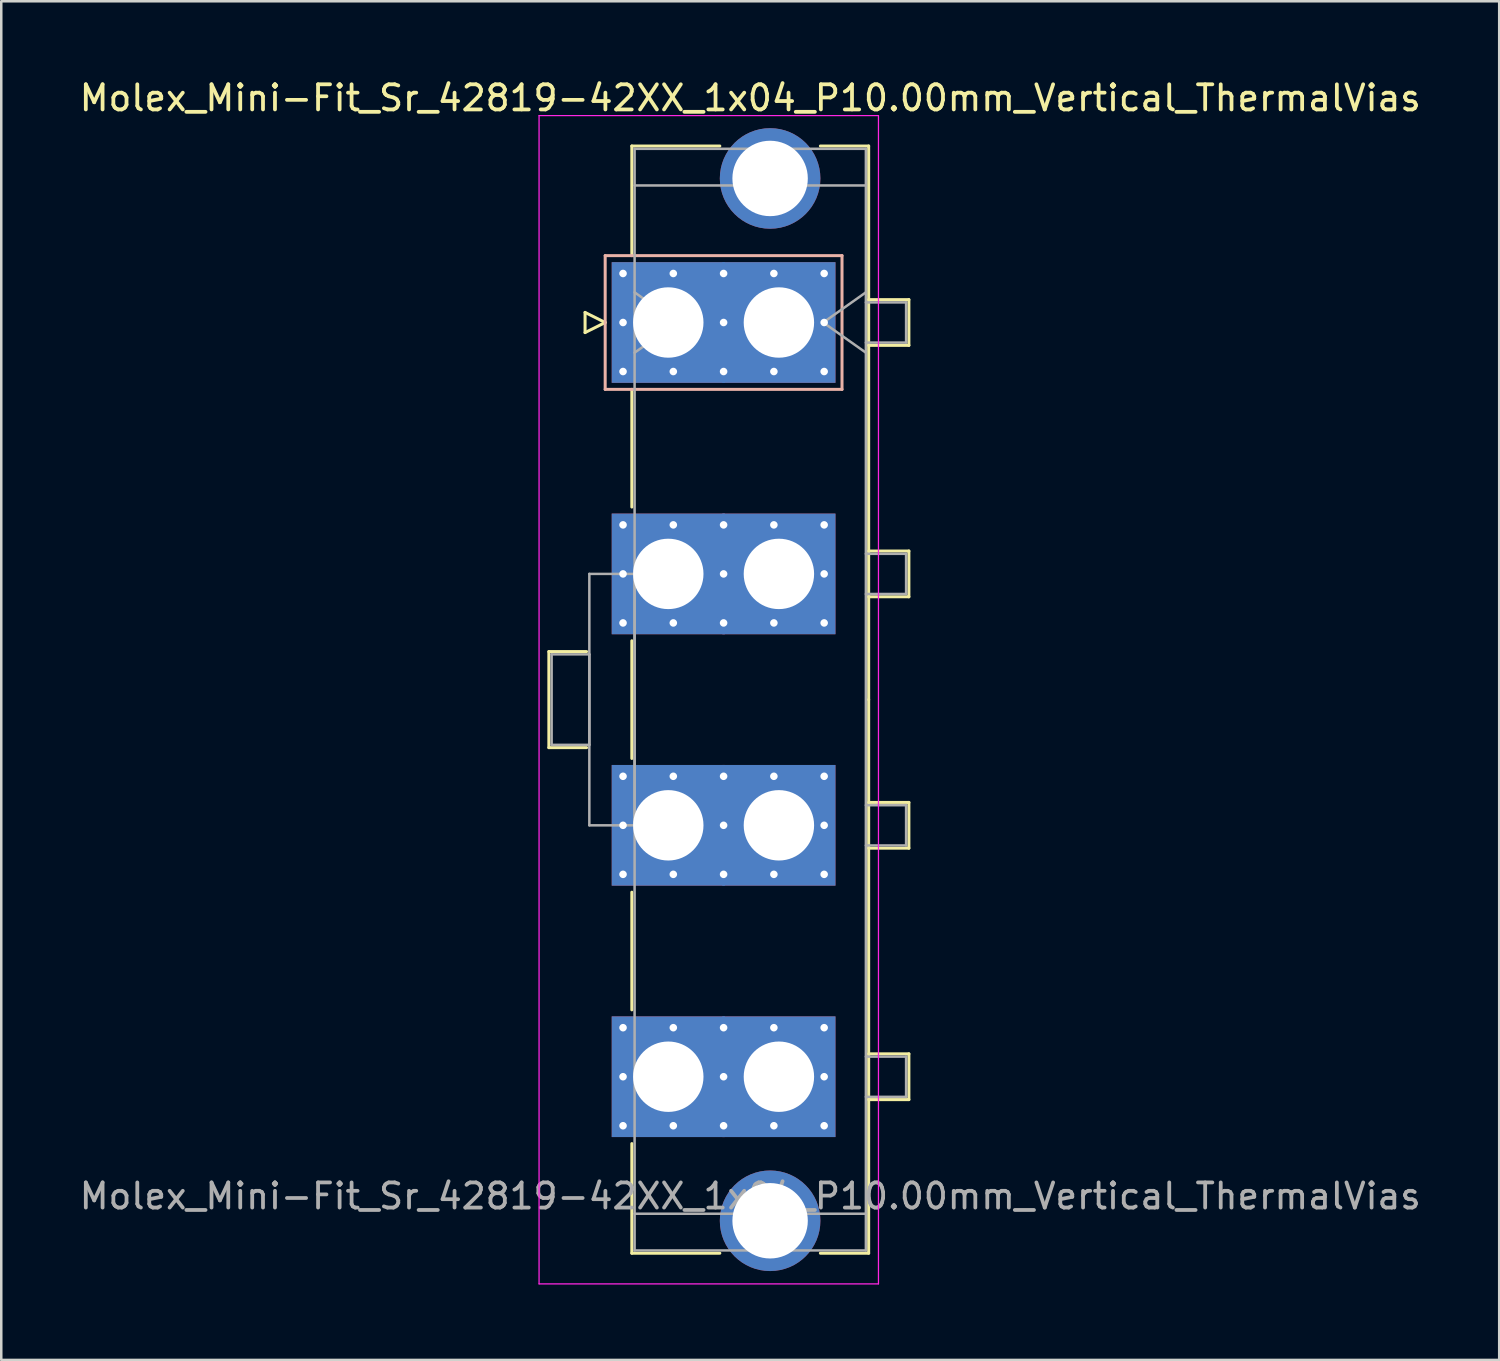
<source format=kicad_pcb>
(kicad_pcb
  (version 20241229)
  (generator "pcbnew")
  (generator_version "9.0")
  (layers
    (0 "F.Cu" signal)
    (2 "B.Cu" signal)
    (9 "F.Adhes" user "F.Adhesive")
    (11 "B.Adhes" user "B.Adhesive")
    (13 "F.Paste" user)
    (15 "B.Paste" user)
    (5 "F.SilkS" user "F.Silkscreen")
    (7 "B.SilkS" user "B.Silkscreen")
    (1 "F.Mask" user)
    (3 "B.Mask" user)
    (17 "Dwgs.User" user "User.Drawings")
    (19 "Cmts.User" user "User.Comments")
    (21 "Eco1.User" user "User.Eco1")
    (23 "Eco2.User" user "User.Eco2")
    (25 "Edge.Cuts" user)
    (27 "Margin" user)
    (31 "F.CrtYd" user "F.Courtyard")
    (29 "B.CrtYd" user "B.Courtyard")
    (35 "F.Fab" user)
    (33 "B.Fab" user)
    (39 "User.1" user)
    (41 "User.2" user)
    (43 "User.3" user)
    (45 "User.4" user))
  (footprint "Molex_Mini-Fit_Sr_42819-42XX_1x04_P10.00mm_Vertical_ThermalVias"
    (layer "F.Cu")
    (at 23.532 9.778)
    (property "Reference" "Molex_Mini-Fit_Sr_42819-42XX_1x04_P10.00mm_Vertical_ThermalVias" (at 3.26 -8.93 0) (layer "F.SilkS") (effects (font (size 1 1) (thickness 0.15))))
    (attr through_hole)
    (fp_line (start -4.75 13.09) (end -4.75 16.91) (stroke (width 0.12) (type solid)) (layer "F.SilkS"))
    (fp_line (start -4.75 16.91) (end -3.25 16.91) (stroke (width 0.12) (type solid)) (layer "F.SilkS"))
    (fp_line (start -3.31 -0.4) (end -3.31 0.4) (stroke (width 0.12) (type solid)) (layer "F.SilkS"))
    (fp_line (start -3.31 0.4) (end -2.51 0) (stroke (width 0.12) (type solid)) (layer "F.SilkS"))
    (fp_line (start -3.25 13.09) (end -4.75 13.09) (stroke (width 0.12) (type solid)) (layer "F.SilkS"))
    (fp_line (start -2.51 0) (end -3.31 -0.4) (stroke (width 0.12) (type solid)) (layer "F.SilkS"))
    (fp_line (start -1.45 -7.02) (end 2.05 -7.02) (stroke (width 0.12) (type solid)) (layer "F.SilkS"))
    (fp_line (start -1.45 -2.66) (end -1.45 -7.02) (stroke (width 0.12) (type solid)) (layer "F.SilkS"))
    (fp_line (start -1.45 2.66) (end -1.45 7.34) (stroke (width 0.12) (type solid)) (layer "F.SilkS"))
    (fp_line (start -1.45 12.66) (end -1.45 17.34) (stroke (width 0.12) (type solid)) (layer "F.SilkS"))
    (fp_line (start -1.45 22.66) (end -1.45 27.34) (stroke (width 0.12) (type solid)) (layer "F.SilkS"))
    (fp_line (start -1.45 32.66) (end -1.45 37.02) (stroke (width 0.12) (type solid)) (layer "F.SilkS"))
    (fp_line (start -1.45 37.02) (end 2.05 37.02) (stroke (width 0.12) (type solid)) (layer "F.SilkS"))
    (fp_line (start 6.05 -7.02) (end 7.97 -7.02) (stroke (width 0.12) (type solid)) (layer "F.SilkS"))
    (fp_line (start 6.05 37.02) (end 7.97 37.02) (stroke (width 0.12) (type solid)) (layer "F.SilkS"))
    (fp_line (start 7.97 -7.02) (end 7.97 15) (stroke (width 0.12) (type solid)) (layer "F.SilkS"))
    (fp_line (start 7.97 -0.91) (end 9.57 -0.91) (stroke (width 0.12) (type solid)) (layer "F.SilkS"))
    (fp_line (start 7.97 9.09) (end 9.57 9.09) (stroke (width 0.12) (type solid)) (layer "F.SilkS"))
    (fp_line (start 7.97 19.09) (end 9.57 19.09) (stroke (width 0.12) (type solid)) (layer "F.SilkS"))
    (fp_line (start 7.97 29.09) (end 9.57 29.09) (stroke (width 0.12) (type solid)) (layer "F.SilkS"))
    (fp_line (start 7.97 37.02) (end 7.97 15) (stroke (width 0.12) (type solid)) (layer "F.SilkS"))
    (fp_line (start 9.57 -0.91) (end 9.57 0.91) (stroke (width 0.12) (type solid)) (layer "F.SilkS"))
    (fp_line (start 9.57 0.91) (end 7.97 0.91) (stroke (width 0.12) (type solid)) (layer "F.SilkS"))
    (fp_line (start 9.57 9.09) (end 9.57 10.91) (stroke (width 0.12) (type solid)) (layer "F.SilkS"))
    (fp_line (start 9.57 10.91) (end 7.97 10.91) (stroke (width 0.12) (type solid)) (layer "F.SilkS"))
    (fp_line (start 9.57 19.09) (end 9.57 20.91) (stroke (width 0.12) (type solid)) (layer "F.SilkS"))
    (fp_line (start 9.57 20.91) (end 7.97 20.91) (stroke (width 0.12) (type solid)) (layer "F.SilkS"))
    (fp_line (start 9.57 29.09) (end 9.57 30.91) (stroke (width 0.12) (type solid)) (layer "F.SilkS"))
    (fp_line (start 9.57 30.91) (end 7.97 30.91) (stroke (width 0.12) (type solid)) (layer "F.SilkS"))
    (fp_line (start -2.51 -2.66) (end -2.51 2.66) (stroke (width 0.12) (type solid)) (layer "B.SilkS"))
    (fp_line (start -2.51 2.66) (end 6.91 2.66) (stroke (width 0.12) (type solid)) (layer "B.SilkS"))
    (fp_line (start 6.91 -2.66) (end -2.51 -2.66) (stroke (width 0.12) (type solid)) (layer "B.SilkS"))
    (fp_line (start 6.91 2.66) (end 6.91 -2.66) (stroke (width 0.12) (type solid)) (layer "B.SilkS"))
    (fp_line (start -5.14 -8.23) (end -5.14 38.24) (stroke (width 0.05) (type solid)) (layer "F.CrtYd"))
    (fp_line (start -5.14 38.24) (end 8.36 38.24) (stroke (width 0.05) (type solid)) (layer "F.CrtYd"))
    (fp_line (start 8.36 -8.23) (end -5.14 -8.23) (stroke (width 0.05) (type solid)) (layer "F.CrtYd"))
    (fp_line (start 8.36 38.24) (end 8.36 -8.23) (stroke (width 0.05) (type solid)) (layer "F.CrtYd"))
    (fp_line (start -4.64 13.2) (end -3.14 13.2) (stroke (width 0.1) (type solid)) (layer "F.Fab"))
    (fp_line (start -4.64 16.8) (end -4.64 13.2) (stroke (width 0.1) (type solid)) (layer "F.Fab"))
    (fp_line (start -3.14 10) (end -1.34 10) (stroke (width 0.1) (type solid)) (layer "F.Fab"))
    (fp_line (start -3.14 13.2) (end -3.14 16.8) (stroke (width 0.1) (type solid)) (layer "F.Fab"))
    (fp_line (start -3.14 16.8) (end -4.64 16.8) (stroke (width 0.1) (type solid)) (layer "F.Fab"))
    (fp_line (start -3.14 20) (end -3.14 10) (stroke (width 0.1) (type solid)) (layer "F.Fab"))
    (fp_line (start -1.34 -6.91) (end -1.34 36.91) (stroke (width 0.1) (type solid)) (layer "F.Fab"))
    (fp_line (start -1.34 -5.45) (end 7.86 -5.45) (stroke (width 0.1) (type solid)) (layer "F.Fab"))
    (fp_line (start -1.34 -1.2) (end 0.357 0) (stroke (width 0.1) (type solid)) (layer "F.Fab"))
    (fp_line (start -1.34 10) (end -1.34 20) (stroke (width 0.1) (type solid)) (layer "F.Fab"))
    (fp_line (start -1.34 20) (end -3.14 20) (stroke (width 0.1) (type solid)) (layer "F.Fab"))
    (fp_line (start -1.34 35.45) (end 7.86 35.45) (stroke (width 0.1) (type solid)) (layer "F.Fab"))
    (fp_line (start -1.34 36.91) (end 7.86 36.91) (stroke (width 0.1) (type solid)) (layer "F.Fab"))
    (fp_line (start 0.357 0) (end -1.34 1.2) (stroke (width 0.1) (type solid)) (layer "F.Fab"))
    (fp_line (start 6.163 0) (end 7.86 1.2) (stroke (width 0.1) (type solid)) (layer "F.Fab"))
    (fp_line (start 7.86 -6.91) (end -1.34 -6.91) (stroke (width 0.1) (type solid)) (layer "F.Fab"))
    (fp_line (start 7.86 -1.2) (end 6.163 0) (stroke (width 0.1) (type solid)) (layer "F.Fab"))
    (fp_line (start 7.86 -0.8) (end 9.46 -0.8) (stroke (width 0.1) (type solid)) (layer "F.Fab"))
    (fp_line (start 7.86 9.2) (end 9.46 9.2) (stroke (width 0.1) (type solid)) (layer "F.Fab"))
    (fp_line (start 7.86 19.2) (end 9.46 19.2) (stroke (width 0.1) (type solid)) (layer "F.Fab"))
    (fp_line (start 7.86 29.2) (end 9.46 29.2) (stroke (width 0.1) (type solid)) (layer "F.Fab"))
    (fp_line (start 7.86 36.91) (end 7.86 -6.91) (stroke (width 0.1) (type solid)) (layer "F.Fab"))
    (fp_line (start 9.46 -0.8) (end 9.46 0.8) (stroke (width 0.1) (type solid)) (layer "F.Fab"))
    (fp_line (start 9.46 0.8) (end 7.86 0.8) (stroke (width 0.1) (type solid)) (layer "F.Fab"))
    (fp_line (start 9.46 9.2) (end 9.46 10.8) (stroke (width 0.1) (type solid)) (layer "F.Fab"))
    (fp_line (start 9.46 10.8) (end 7.86 10.8) (stroke (width 0.1) (type solid)) (layer "F.Fab"))
    (fp_line (start 9.46 19.2) (end 9.46 20.8) (stroke (width 0.1) (type solid)) (layer "F.Fab"))
    (fp_line (start 9.46 20.8) (end 7.86 20.8) (stroke (width 0.1) (type solid)) (layer "F.Fab"))
    (fp_line (start 9.46 29.2) (end 9.46 30.8) (stroke (width 0.1) (type solid)) (layer "F.Fab"))
    (fp_line (start 9.46 30.8) (end 7.86 30.8) (stroke (width 0.1) (type solid)) (layer "F.Fab"))
    (fp_text user "${REFERENCE}" (at 3.26 34.75 0) (layer "F.Fab") (effects (font (size 1 1) (thickness 0.15))))
    (pad "" thru_hole circle (at 4.05 -5.73) (size 4 4) (drill 3) (layers "*.Cu" "*.Mask"))
    (pad "" thru_hole circle (at 4.05 35.73) (size 4 4) (drill 3) (layers "*.Cu" "*.Mask"))
    (pad "1" thru_hole roundrect (at -1.8 -1.95) (size 0.6 0.6) (drill 0.3) (layers "*.Cu" "*.Mask") (roundrect_rratio 0.25))
    (pad "1" thru_hole roundrect (at -1.8 0) (size 0.6 0.6) (drill 0.3) (layers "*.Cu" "*.Mask") (roundrect_rratio 0.25))
    (pad "1" thru_hole roundrect (at -1.8 1.95) (size 0.6 0.6) (drill 0.3) (layers "*.Cu" "*.Mask") (roundrect_rratio 0.25))
    (pad "1" thru_hole rect (at 0 0) (size 4.5 4.8) (drill 2.8) (layers "*.Cu" "*.Mask"))
    (pad "1" thru_hole roundrect (at 0.2 -1.95) (size 0.6 0.6) (drill 0.3) (layers "*.Cu" "*.Mask") (roundrect_rratio 0.25))
    (pad "1" thru_hole roundrect (at 0.2 1.95) (size 0.6 0.6) (drill 0.3) (layers "*.Cu" "*.Mask") (roundrect_rratio 0.25))
    (pad "1" thru_hole roundrect (at 2.2 -1.95) (size 0.6 0.6) (drill 0.3) (layers "*.Cu" "*.Mask") (roundrect_rratio 0.25))
    (pad "1" thru_hole roundrect (at 2.2 0) (size 0.6 0.6) (drill 0.3) (layers "*.Cu" "*.Mask") (roundrect_rratio 0.25))
    (pad "1" thru_hole roundrect (at 2.2 1.95) (size 0.6 0.6) (drill 0.3) (layers "*.Cu" "*.Mask") (roundrect_rratio 0.25))
    (pad "1" thru_hole roundrect (at 4.2 -1.95) (size 0.6 0.6) (drill 0.3) (layers "*.Cu" "*.Mask") (roundrect_rratio 0.25))
    (pad "1" thru_hole roundrect (at 4.2 1.95) (size 0.6 0.6) (drill 0.3) (layers "*.Cu" "*.Mask") (roundrect_rratio 0.25))
    (pad "1" thru_hole rect (at 4.4 0) (size 4.5 4.8) (drill 2.8) (layers "*.Cu" "*.Mask"))
    (pad "1" thru_hole roundrect (at 6.2 -1.95) (size 0.6 0.6) (drill 0.3) (layers "*.Cu" "*.Mask") (roundrect_rratio 0.25))
    (pad "1" thru_hole roundrect (at 6.2 0) (size 0.6 0.6) (drill 0.3) (layers "*.Cu" "*.Mask") (roundrect_rratio 0.25))
    (pad "1" thru_hole roundrect (at 6.2 1.95) (size 0.6 0.6) (drill 0.3) (layers "*.Cu" "*.Mask") (roundrect_rratio 0.25))
    (pad "2" thru_hole circle (at -1.8 8.05) (size 0.6 0.6) (drill 0.3) (layers "*.Cu" "*.Mask"))
    (pad "2" thru_hole circle (at -1.8 10) (size 0.6 0.6) (drill 0.3) (layers "*.Cu" "*.Mask"))
    (pad "2" thru_hole circle (at -1.8 11.95) (size 0.6 0.6) (drill 0.3) (layers "*.Cu" "*.Mask"))
    (pad "2" thru_hole rect (at 0 10) (size 4.5 4.8) (drill 2.8) (layers "*.Cu" "*.Mask"))
    (pad "2" thru_hole circle (at 0.2 8.05) (size 0.6 0.6) (drill 0.3) (layers "*.Cu" "*.Mask"))
    (pad "2" thru_hole circle (at 0.2 11.95) (size 0.6 0.6) (drill 0.3) (layers "*.Cu" "*.Mask"))
    (pad "2" thru_hole circle (at 2.2 8.05) (size 0.6 0.6) (drill 0.3) (layers "*.Cu" "*.Mask"))
    (pad "2" thru_hole circle (at 2.2 10) (size 0.6 0.6) (drill 0.3) (layers "*.Cu" "*.Mask"))
    (pad "2" thru_hole circle (at 2.2 11.95) (size 0.6 0.6) (drill 0.3) (layers "*.Cu" "*.Mask"))
    (pad "2" thru_hole circle (at 4.2 8.05) (size 0.6 0.6) (drill 0.3) (layers "*.Cu" "*.Mask"))
    (pad "2" thru_hole circle (at 4.2 11.95) (size 0.6 0.6) (drill 0.3) (layers "*.Cu" "*.Mask"))
    (pad "2" thru_hole rect (at 4.4 10) (size 4.5 4.8) (drill 2.8) (layers "*.Cu" "*.Mask"))
    (pad "2" thru_hole circle (at 6.2 8.05) (size 0.6 0.6) (drill 0.3) (layers "*.Cu" "*.Mask"))
    (pad "2" thru_hole circle (at 6.2 10) (size 0.6 0.6) (drill 0.3) (layers "*.Cu" "*.Mask"))
    (pad "2" thru_hole circle (at 6.2 11.95) (size 0.6 0.6) (drill 0.3) (layers "*.Cu" "*.Mask"))
    (pad "3" thru_hole circle (at -1.8 18.05) (size 0.6 0.6) (drill 0.3) (layers "*.Cu" "*.Mask"))
    (pad "3" thru_hole circle (at -1.8 20) (size 0.6 0.6) (drill 0.3) (layers "*.Cu" "*.Mask"))
    (pad "3" thru_hole circle (at -1.8 21.95) (size 0.6 0.6) (drill 0.3) (layers "*.Cu" "*.Mask"))
    (pad "3" thru_hole rect (at 0 20) (size 4.5 4.8) (drill 2.8) (layers "*.Cu" "*.Mask"))
    (pad "3" thru_hole circle (at 0.2 18.05) (size 0.6 0.6) (drill 0.3) (layers "*.Cu" "*.Mask"))
    (pad "3" thru_hole circle (at 0.2 21.95) (size 0.6 0.6) (drill 0.3) (layers "*.Cu" "*.Mask"))
    (pad "3" thru_hole circle (at 2.2 18.05) (size 0.6 0.6) (drill 0.3) (layers "*.Cu" "*.Mask"))
    (pad "3" thru_hole circle (at 2.2 20) (size 0.6 0.6) (drill 0.3) (layers "*.Cu" "*.Mask"))
    (pad "3" thru_hole circle (at 2.2 21.95) (size 0.6 0.6) (drill 0.3) (layers "*.Cu" "*.Mask"))
    (pad "3" thru_hole circle (at 4.2 18.05) (size 0.6 0.6) (drill 0.3) (layers "*.Cu" "*.Mask"))
    (pad "3" thru_hole circle (at 4.2 21.95) (size 0.6 0.6) (drill 0.3) (layers "*.Cu" "*.Mask"))
    (pad "3" thru_hole rect (at 4.4 20) (size 4.5 4.8) (drill 2.8) (layers "*.Cu" "*.Mask"))
    (pad "3" thru_hole circle (at 6.2 18.05) (size 0.6 0.6) (drill 0.3) (layers "*.Cu" "*.Mask"))
    (pad "3" thru_hole circle (at 6.2 20) (size 0.6 0.6) (drill 0.3) (layers "*.Cu" "*.Mask"))
    (pad "3" thru_hole circle (at 6.2 21.95) (size 0.6 0.6) (drill 0.3) (layers "*.Cu" "*.Mask"))
    (pad "4" thru_hole circle (at -1.8 28.05) (size 0.6 0.6) (drill 0.3) (layers "*.Cu" "*.Mask"))
    (pad "4" thru_hole circle (at -1.8 30) (size 0.6 0.6) (drill 0.3) (layers "*.Cu" "*.Mask"))
    (pad "4" thru_hole circle (at -1.8 31.95) (size 0.6 0.6) (drill 0.3) (layers "*.Cu" "*.Mask"))
    (pad "4" thru_hole rect (at 0 30) (size 4.5 4.8) (drill 2.8) (layers "*.Cu" "*.Mask"))
    (pad "4" thru_hole circle (at 0.2 28.05) (size 0.6 0.6) (drill 0.3) (layers "*.Cu" "*.Mask"))
    (pad "4" thru_hole circle (at 0.2 31.95) (size 0.6 0.6) (drill 0.3) (layers "*.Cu" "*.Mask"))
    (pad "4" thru_hole circle (at 2.2 28.05) (size 0.6 0.6) (drill 0.3) (layers "*.Cu" "*.Mask"))
    (pad "4" thru_hole circle (at 2.2 30) (size 0.6 0.6) (drill 0.3) (layers "*.Cu" "*.Mask"))
    (pad "4" thru_hole circle (at 2.2 31.95) (size 0.6 0.6) (drill 0.3) (layers "*.Cu" "*.Mask"))
    (pad "4" thru_hole circle (at 4.2 28.05) (size 0.6 0.6) (drill 0.3) (layers "*.Cu" "*.Mask"))
    (pad "4" thru_hole circle (at 4.2 31.95) (size 0.6 0.6) (drill 0.3) (layers "*.Cu" "*.Mask"))
    (pad "4" thru_hole rect (at 4.4 30) (size 4.5 4.8) (drill 2.8) (layers "*.Cu" "*.Mask"))
    (pad "4" thru_hole circle (at 6.2 28.05) (size 0.6 0.6) (drill 0.3) (layers "*.Cu" "*.Mask"))
    (pad "4" thru_hole circle (at 6.2 30) (size 0.6 0.6) (drill 0.3) (layers "*.Cu" "*.Mask"))
    (pad "4" thru_hole circle (at 6.2 31.95) (size 0.6 0.6) (drill 0.3) (layers "*.Cu" "*.Mask")))
  (gr_rect
    (start -3 -3)
    (end 56.583 51.043)
    (stroke (width 0.1) (type default))
    (fill no)
    (layer "Edge.Cuts")))
</source>
